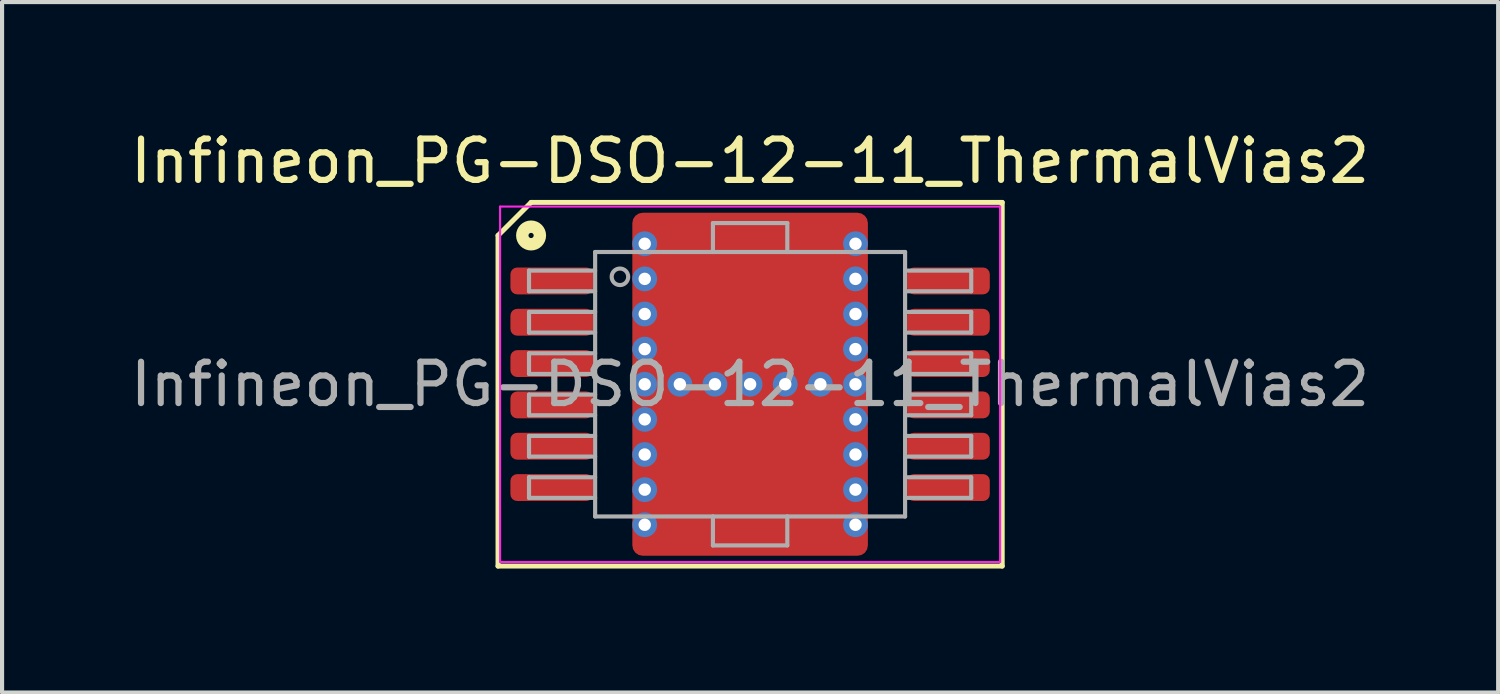
<source format=kicad_pcb>
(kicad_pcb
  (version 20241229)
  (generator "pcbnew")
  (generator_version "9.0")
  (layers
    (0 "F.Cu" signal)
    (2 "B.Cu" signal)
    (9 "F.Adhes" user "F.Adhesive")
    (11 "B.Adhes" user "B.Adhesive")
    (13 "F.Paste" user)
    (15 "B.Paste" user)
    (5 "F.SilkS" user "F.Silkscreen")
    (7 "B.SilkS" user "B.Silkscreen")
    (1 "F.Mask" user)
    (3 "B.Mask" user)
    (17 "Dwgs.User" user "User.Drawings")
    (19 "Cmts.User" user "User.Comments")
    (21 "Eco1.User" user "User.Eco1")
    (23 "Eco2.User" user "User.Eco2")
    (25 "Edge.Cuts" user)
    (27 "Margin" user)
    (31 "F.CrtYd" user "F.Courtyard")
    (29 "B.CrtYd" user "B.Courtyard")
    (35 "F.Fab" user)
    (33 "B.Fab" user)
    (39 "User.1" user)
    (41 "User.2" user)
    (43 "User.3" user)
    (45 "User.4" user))
  (footprint "Infineon_PG-DSO-12-11_ThermalVias2"
    (layer "F.Cu")
    (at 15.101 6.248)
    (property "Reference" "Infineon_PG-DSO-12-11_ThermalVias2" (at 0 -5.4 0) (layer "F.SilkS") (effects (font (size 1 1) (thickness 0.15))))
    (attr smd)
    (fp_line (start -6.1 -3.6) (end -6.1 4.4) (stroke (width 0.12) (type solid)) (layer "F.SilkS"))
    (fp_line (start -6.1 -3.6) (end -5.3 -4.4) (stroke (width 0.12) (type solid)) (layer "F.SilkS"))
    (fp_line (start -6.1 4.4) (end 6.1 4.4) (stroke (width 0.12) (type solid)) (layer "F.SilkS"))
    (fp_line (start 6.1 -4.4) (end -5.3 -4.4) (stroke (width 0.12) (type solid)) (layer "F.SilkS"))
    (fp_line (start 6.1 4.4) (end 6.1 -4.4) (stroke (width 0.12) (type solid)) (layer "F.SilkS"))
    (fp_circle (center -5.3 -3.6) (end -5.237 -3.6) (stroke (width 0.3) (type solid)) (fill no) (layer "F.SilkS"))
    (fp_line (start -6.05 -4.3) (end 6.05 -4.3) (stroke (width 0.05) (type solid)) (layer "F.CrtYd"))
    (fp_line (start -6.05 4.3) (end -6.05 -4.3) (stroke (width 0.05) (type solid)) (layer "F.CrtYd"))
    (fp_line (start 6.05 -4.3) (end 6.05 4.3) (stroke (width 0.05) (type solid)) (layer "F.CrtYd"))
    (fp_line (start 6.05 4.3) (end -6.05 4.3) (stroke (width 0.05) (type solid)) (layer "F.CrtYd"))
    (fp_line (start -5.35 -2.75) (end -5.35 -2.25) (stroke (width 0.1) (type solid)) (layer "F.Fab"))
    (fp_line (start -5.35 -2.75) (end -3.75 -2.75) (stroke (width 0.1) (type solid)) (layer "F.Fab"))
    (fp_line (start -5.35 -2.25) (end -3.75 -2.25) (stroke (width 0.1) (type solid)) (layer "F.Fab"))
    (fp_line (start -5.35 -1.75) (end -5.35 -1.25) (stroke (width 0.1) (type solid)) (layer "F.Fab"))
    (fp_line (start -5.35 -1.75) (end -3.75 -1.75) (stroke (width 0.1) (type solid)) (layer "F.Fab"))
    (fp_line (start -5.35 -1.25) (end -3.75 -1.25) (stroke (width 0.1) (type solid)) (layer "F.Fab"))
    (fp_line (start -5.35 -0.75) (end -5.35 -0.25) (stroke (width 0.1) (type solid)) (layer "F.Fab"))
    (fp_line (start -5.35 -0.75) (end -3.75 -0.75) (stroke (width 0.1) (type solid)) (layer "F.Fab"))
    (fp_line (start -5.35 -0.25) (end -3.75 -0.25) (stroke (width 0.1) (type solid)) (layer "F.Fab"))
    (fp_line (start -5.35 0.25) (end -5.35 0.75) (stroke (width 0.1) (type solid)) (layer "F.Fab"))
    (fp_line (start -5.35 0.25) (end -3.75 0.25) (stroke (width 0.1) (type solid)) (layer "F.Fab"))
    (fp_line (start -5.35 0.75) (end -3.75 0.75) (stroke (width 0.1) (type solid)) (layer "F.Fab"))
    (fp_line (start -5.35 1.25) (end -5.35 1.75) (stroke (width 0.1) (type solid)) (layer "F.Fab"))
    (fp_line (start -5.35 1.25) (end -3.75 1.25) (stroke (width 0.1) (type solid)) (layer "F.Fab"))
    (fp_line (start -5.35 1.75) (end -3.75 1.75) (stroke (width 0.1) (type solid)) (layer "F.Fab"))
    (fp_line (start -5.35 2.25) (end -5.35 2.75) (stroke (width 0.1) (type solid)) (layer "F.Fab"))
    (fp_line (start -5.35 2.25) (end -3.75 2.25) (stroke (width 0.1) (type solid)) (layer "F.Fab"))
    (fp_line (start -5.35 2.75) (end -3.75 2.75) (stroke (width 0.1) (type solid)) (layer "F.Fab"))
    (fp_line (start -3.75 -3.2) (end -0.9 -3.2) (stroke (width 0.1) (type solid)) (layer "F.Fab"))
    (fp_line (start -3.75 3.2) (end -3.75 -3.2) (stroke (width 0.1) (type solid)) (layer "F.Fab"))
    (fp_line (start -0.9 -3.9) (end 0.9 -3.9) (stroke (width 0.1) (type solid)) (layer "F.Fab"))
    (fp_line (start -0.9 -3.2) (end -0.9 -3.9) (stroke (width 0.1) (type solid)) (layer "F.Fab"))
    (fp_line (start -0.9 -3.2) (end 0.9 -3.2) (stroke (width 0.1) (type solid)) (layer "F.Fab"))
    (fp_line (start -0.9 3.2) (end -3.75 3.2) (stroke (width 0.1) (type solid)) (layer "F.Fab"))
    (fp_line (start -0.9 3.2) (end 0.9 3.2) (stroke (width 0.1) (type solid)) (layer "F.Fab"))
    (fp_line (start -0.9 3.9) (end -0.9 3.2) (stroke (width 0.1) (type solid)) (layer "F.Fab"))
    (fp_line (start 0.9 -3.9) (end 0.9 -3.2) (stroke (width 0.1) (type solid)) (layer "F.Fab"))
    (fp_line (start 0.9 -3.2) (end 3.75 -3.2) (stroke (width 0.1) (type solid)) (layer "F.Fab"))
    (fp_line (start 0.9 3.2) (end 0.9 3.9) (stroke (width 0.1) (type solid)) (layer "F.Fab"))
    (fp_line (start 0.9 3.9) (end -0.9 3.9) (stroke (width 0.1) (type solid)) (layer "F.Fab"))
    (fp_line (start 3.75 -3.2) (end 3.75 3.2) (stroke (width 0.1) (type solid)) (layer "F.Fab"))
    (fp_line (start 3.75 3.2) (end 0.9 3.2) (stroke (width 0.1) (type solid)) (layer "F.Fab"))
    (fp_line (start 5.35 -2.75) (end 3.75 -2.75) (stroke (width 0.1) (type solid)) (layer "F.Fab"))
    (fp_line (start 5.35 -2.25) (end 3.75 -2.25) (stroke (width 0.1) (type solid)) (layer "F.Fab"))
    (fp_line (start 5.35 -2.25) (end 5.35 -2.75) (stroke (width 0.1) (type solid)) (layer "F.Fab"))
    (fp_line (start 5.35 -1.75) (end 3.75 -1.75) (stroke (width 0.1) (type solid)) (layer "F.Fab"))
    (fp_line (start 5.35 -1.25) (end 3.75 -1.25) (stroke (width 0.1) (type solid)) (layer "F.Fab"))
    (fp_line (start 5.35 -1.25) (end 5.35 -1.75) (stroke (width 0.1) (type solid)) (layer "F.Fab"))
    (fp_line (start 5.35 -0.75) (end 3.75 -0.75) (stroke (width 0.1) (type solid)) (layer "F.Fab"))
    (fp_line (start 5.35 -0.25) (end 3.75 -0.25) (stroke (width 0.1) (type solid)) (layer "F.Fab"))
    (fp_line (start 5.35 -0.25) (end 5.35 -0.75) (stroke (width 0.1) (type solid)) (layer "F.Fab"))
    (fp_line (start 5.35 0.25) (end 3.75 0.25) (stroke (width 0.1) (type solid)) (layer "F.Fab"))
    (fp_line (start 5.35 0.75) (end 3.75 0.75) (stroke (width 0.1) (type solid)) (layer "F.Fab"))
    (fp_line (start 5.35 0.75) (end 5.35 0.25) (stroke (width 0.1) (type solid)) (layer "F.Fab"))
    (fp_line (start 5.35 1.25) (end 3.75 1.25) (stroke (width 0.1) (type solid)) (layer "F.Fab"))
    (fp_line (start 5.35 1.75) (end 3.75 1.75) (stroke (width 0.1) (type solid)) (layer "F.Fab"))
    (fp_line (start 5.35 1.75) (end 5.35 1.25) (stroke (width 0.1) (type solid)) (layer "F.Fab"))
    (fp_line (start 5.35 2.25) (end 3.75 2.25) (stroke (width 0.1) (type solid)) (layer "F.Fab"))
    (fp_line (start 5.35 2.75) (end 3.75 2.75) (stroke (width 0.1) (type solid)) (layer "F.Fab"))
    (fp_line (start 5.35 2.75) (end 5.35 2.25) (stroke (width 0.1) (type solid)) (layer "F.Fab"))
    (fp_circle (center -3.15 -2.6) (end -2.95 -2.6) (stroke (width 0.1) (type solid)) (fill no) (layer "F.Fab"))
    (fp_text user "${REFERENCE}" (at 0 0 0) (layer "F.Fab") (effects (font (size 1 1) (thickness 0.15))))
    (pad "" smd roundrect (at -1 -3.05) (size 1.8 1.5) (layers "F.Paste") (roundrect_rratio 0.167))
    (pad "" smd roundrect (at -1 -1.35) (size 1.8 1.5) (layers "F.Paste") (roundrect_rratio 0.167))
    (pad "" smd roundrect (at -1 1.35) (size 1.8 1.5) (layers "F.Paste") (roundrect_rratio 0.167))
    (pad "" smd roundrect (at -1 3.05) (size 1.8 1.5) (layers "F.Paste") (roundrect_rratio 0.167))
    (pad "" smd roundrect (at 0 -2.175) (size 4.5 3.75) (layers "F.Mask") (roundrect_rratio 0.067))
    (pad "" smd roundrect (at 0 2.175) (size 4.5 3.75) (layers "F.Mask") (roundrect_rratio 0.067))
    (pad "" smd roundrect (at 1 -3.05) (size 1.8 1.5) (layers "F.Paste") (roundrect_rratio 0.167))
    (pad "" smd roundrect (at 1 -1.35) (size 1.8 1.5) (layers "F.Paste") (roundrect_rratio 0.167))
    (pad "" smd roundrect (at 1 1.35) (size 1.8 1.5) (layers "F.Paste") (roundrect_rratio 0.167))
    (pad "" smd roundrect (at 1 3.05) (size 1.8 1.5) (layers "F.Paste") (roundrect_rratio 0.167))
    (pad "1" smd roundrect (at -4.8 -2.5) (size 2 0.65) (layers "F.Cu" "F.Mask" "F.Paste") (roundrect_rratio 0.25))
    (pad "2" smd roundrect (at -4.8 -1.5) (size 2 0.65) (layers "F.Cu" "F.Mask" "F.Paste") (roundrect_rratio 0.25))
    (pad "3" smd roundrect (at -4.8 -0.5) (size 2 0.65) (layers "F.Cu" "F.Mask" "F.Paste") (roundrect_rratio 0.25))
    (pad "4" smd roundrect (at -4.8 0.5) (size 2 0.65) (layers "F.Cu" "F.Mask" "F.Paste") (roundrect_rratio 0.25))
    (pad "5" smd roundrect (at -4.8 1.5) (size 2 0.65) (layers "F.Cu" "F.Mask" "F.Paste") (roundrect_rratio 0.25))
    (pad "6" smd roundrect (at -4.8 2.5) (size 2 0.65) (layers "F.Cu" "F.Mask" "F.Paste") (roundrect_rratio 0.25))
    (pad "7" smd roundrect (at 4.8 2.5) (size 2 0.65) (layers "F.Cu" "F.Mask" "F.Paste") (roundrect_rratio 0.25))
    (pad "8" smd roundrect (at 4.8 1.5) (size 2 0.65) (layers "F.Cu" "F.Mask" "F.Paste") (roundrect_rratio 0.25))
    (pad "9" smd roundrect (at 4.8 0.5) (size 2 0.65) (layers "F.Cu" "F.Mask" "F.Paste") (roundrect_rratio 0.25))
    (pad "10" smd roundrect (at 4.8 -0.5) (size 2 0.65) (layers "F.Cu" "F.Mask" "F.Paste") (roundrect_rratio 0.25))
    (pad "11" smd roundrect (at 4.8 -1.5) (size 2 0.65) (layers "F.Cu" "F.Mask" "F.Paste") (roundrect_rratio 0.25))
    (pad "12" smd roundrect (at 4.8 -2.5) (size 2 0.65) (layers "F.Cu" "F.Mask" "F.Paste") (roundrect_rratio 0.25))
    (pad "13" thru_hole circle (at -2.55 -3.4) (size 0.6 0.6) (drill 0.3) (property pad_prop_heatsink) (layers "*.Cu" "*.Mask"))
    (pad "13" thru_hole circle (at -2.55 -2.55) (size 0.6 0.6) (drill 0.3) (property pad_prop_heatsink) (layers "*.Cu" "*.Mask"))
    (pad "13" thru_hole circle (at -2.55 -1.7) (size 0.6 0.6) (drill 0.3) (property pad_prop_heatsink) (layers "*.Cu" "*.Mask"))
    (pad "13" thru_hole circle (at -2.55 -0.85) (size 0.6 0.6) (drill 0.3) (property pad_prop_heatsink) (layers "*.Cu" "*.Mask"))
    (pad "13" thru_hole circle (at -2.55 0) (size 0.6 0.6) (drill 0.3) (property pad_prop_heatsink) (layers "*.Cu" "*.Mask"))
    (pad "13" thru_hole circle (at -2.55 0.85) (size 0.6 0.6) (drill 0.3) (property pad_prop_heatsink) (layers "*.Cu" "*.Mask"))
    (pad "13" thru_hole circle (at -2.55 1.7) (size 0.6 0.6) (drill 0.3) (property pad_prop_heatsink) (layers "*.Cu" "*.Mask"))
    (pad "13" thru_hole circle (at -2.55 2.55) (size 0.6 0.6) (drill 0.3) (property pad_prop_heatsink) (layers "*.Cu" "*.Mask"))
    (pad "13" thru_hole circle (at -2.55 3.4) (size 0.6 0.6) (drill 0.3) (property pad_prop_heatsink) (layers "*.Cu" "*.Mask"))
    (pad "13" thru_hole circle (at -1.7 0) (size 0.6 0.6) (drill 0.3) (property pad_prop_heatsink) (layers "*.Cu" "*.Mask"))
    (pad "13" thru_hole circle (at -0.85 0) (size 0.6 0.6) (drill 0.3) (property pad_prop_heatsink) (layers "*.Cu" "*.Mask"))
    (pad "13" thru_hole circle (at 0 0) (size 0.6 0.6) (drill 0.3) (property pad_prop_heatsink) (layers "*.Cu" "*.Mask"))
    (pad "13" smd roundrect (at 0 0) (size 5.7 8.3) (layers "F.Cu") (roundrect_rratio 0.044))
    (pad "13" thru_hole circle (at 0.85 0) (size 0.6 0.6) (drill 0.3) (property pad_prop_heatsink) (layers "*.Cu" "*.Mask"))
    (pad "13" thru_hole circle (at 1.7 0) (size 0.6 0.6) (drill 0.3) (property pad_prop_heatsink) (layers "*.Cu" "*.Mask"))
    (pad "13" thru_hole circle (at 2.55 -3.4) (size 0.6 0.6) (drill 0.3) (property pad_prop_heatsink) (layers "*.Cu" "*.Mask"))
    (pad "13" thru_hole circle (at 2.55 -2.55) (size 0.6 0.6) (drill 0.3) (property pad_prop_heatsink) (layers "*.Cu" "*.Mask"))
    (pad "13" thru_hole circle (at 2.55 -1.7) (size 0.6 0.6) (drill 0.3) (property pad_prop_heatsink) (layers "*.Cu" "*.Mask"))
    (pad "13" thru_hole circle (at 2.55 -0.85) (size 0.6 0.6) (drill 0.3) (property pad_prop_heatsink) (layers "*.Cu" "*.Mask"))
    (pad "13" thru_hole circle (at 2.55 0) (size 0.6 0.6) (drill 0.3) (property pad_prop_heatsink) (layers "*.Cu" "*.Mask"))
    (pad "13" thru_hole circle (at 2.55 0.85) (size 0.6 0.6) (drill 0.3) (property pad_prop_heatsink) (layers "*.Cu" "*.Mask"))
    (pad "13" thru_hole circle (at 2.55 1.7) (size 0.6 0.6) (drill 0.3) (property pad_prop_heatsink) (layers "*.Cu" "*.Mask"))
    (pad "13" thru_hole circle (at 2.55 2.55) (size 0.6 0.6) (drill 0.3) (property pad_prop_heatsink) (layers "*.Cu" "*.Mask"))
    (pad "13" thru_hole circle (at 2.55 3.4) (size 0.6 0.6) (drill 0.3) (property pad_prop_heatsink) (layers "*.Cu" "*.Mask")))
  (gr_rect
    (start -3 -3)
    (end 33.202 13.708)
    (stroke (width 0.1) (type default))
    (fill no)
    (layer "Edge.Cuts")))
</source>
